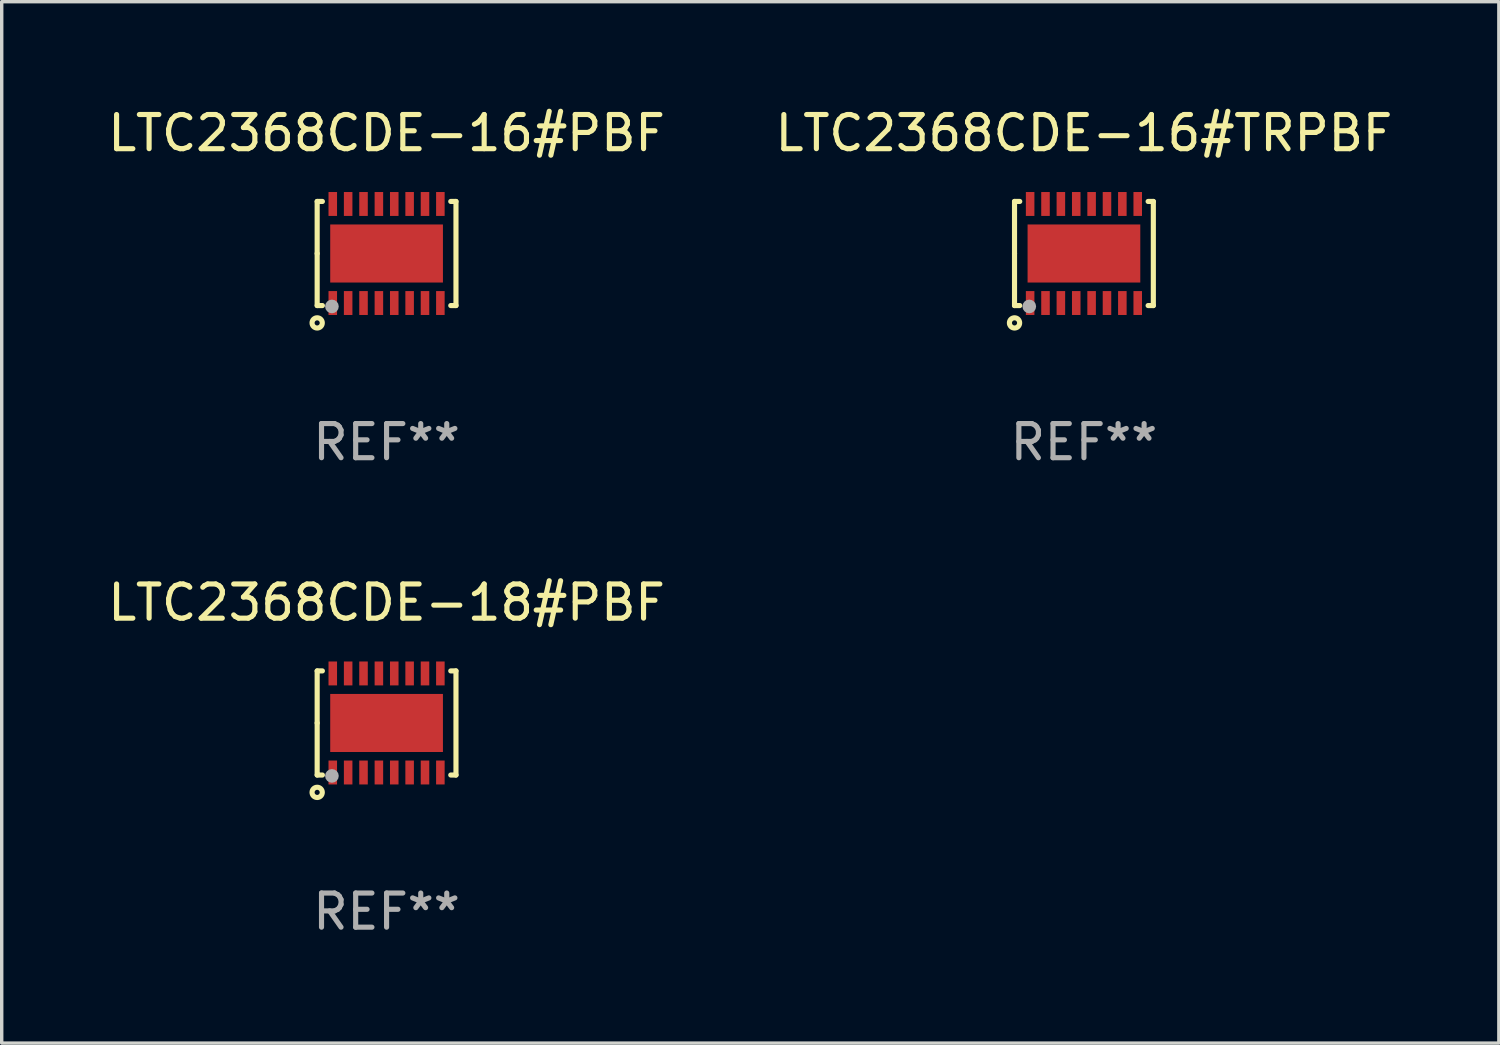
<source format=kicad_pcb>
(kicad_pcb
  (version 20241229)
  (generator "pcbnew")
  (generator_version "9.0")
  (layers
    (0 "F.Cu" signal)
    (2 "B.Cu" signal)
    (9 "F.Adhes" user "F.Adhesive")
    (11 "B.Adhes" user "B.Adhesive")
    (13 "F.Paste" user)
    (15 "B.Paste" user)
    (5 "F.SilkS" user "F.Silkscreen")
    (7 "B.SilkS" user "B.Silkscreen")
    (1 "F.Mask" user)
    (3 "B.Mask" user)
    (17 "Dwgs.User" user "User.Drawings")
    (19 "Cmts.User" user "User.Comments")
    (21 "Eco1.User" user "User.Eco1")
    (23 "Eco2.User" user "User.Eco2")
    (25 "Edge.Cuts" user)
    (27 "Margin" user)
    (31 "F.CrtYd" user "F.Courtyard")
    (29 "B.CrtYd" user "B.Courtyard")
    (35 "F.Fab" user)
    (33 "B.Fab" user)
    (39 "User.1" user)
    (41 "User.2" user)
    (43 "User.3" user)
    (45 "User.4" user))
  (footprint "LTC2368CDE-18#PBF"
    (layer "F.Cu")
    (at 8.268 18.117)
    (property "Reference" "LTC2368CDE-18#PBF" (at 0 -3.524 0) (layer "F.SilkS") (effects (font (size 1 1) (thickness 0.15))))
    (attr through_hole)
    (fp_line (start -2.032 -1.524) (end -1.879 -1.524) (stroke (width 0.15) (type solid)) (layer "F.SilkS"))
    (fp_line (start -2.032 0) (end -2.032 -1.524) (stroke (width 0.15) (type solid)) (layer "F.SilkS"))
    (fp_line (start -2.032 1.524) (end -2.032 0) (stroke (width 0.15) (type solid)) (layer "F.SilkS"))
    (fp_line (start -1.879 1.524) (end -2.032 1.524) (stroke (width 0.15) (type solid)) (layer "F.SilkS"))
    (fp_line (start 1.879 -1.524) (end 2.032 -1.524) (stroke (width 0.15) (type solid)) (layer "F.SilkS"))
    (fp_line (start 2.032 -1.524) (end 2.032 1.524) (stroke (width 0.15) (type solid)) (layer "F.SilkS"))
    (fp_line (start 2.032 1.524) (end 1.879 1.524) (stroke (width 0.15) (type solid)) (layer "F.SilkS"))
    (fp_circle (center -2.032 2.032) (end -1.882 2.032) (stroke (width 0.15) (type solid)) (fill no) (layer "F.SilkS"))
    (fp_circle (center -2 1.5) (end -1.97 1.5) (stroke (width 0.06) (type solid)) (fill no) (layer "F.SilkS"))
    (fp_circle (center -1.6 1.55) (end -1.5 1.55) (stroke (width 0.2) (type solid)) (fill no) (layer "F.Fab"))
    (fp_text user "REF**" (at 0 5.524 0) (layer "F.Fab") (effects (font (size 1 1) (thickness 0.15))))
    (pad "1" smd rect (at -1.575 1.45 90) (size 0.7 0.25) (layers "F.Cu" "F.Mask" "F.Paste"))
    (pad "2" smd rect (at -1.125 1.45 90) (size 0.7 0.25) (layers "F.Cu" "F.Mask" "F.Paste"))
    (pad "3" smd rect (at -0.675 1.45 90) (size 0.7 0.25) (layers "F.Cu" "F.Mask" "F.Paste"))
    (pad "4" smd rect (at -0.225 1.45 90) (size 0.7 0.25) (layers "F.Cu" "F.Mask" "F.Paste"))
    (pad "5" smd rect (at 0.225 1.45 90) (size 0.7 0.25) (layers "F.Cu" "F.Mask" "F.Paste"))
    (pad "6" smd rect (at 0.675 1.45 90) (size 0.7 0.25) (layers "F.Cu" "F.Mask" "F.Paste"))
    (pad "7" smd rect (at 1.125 1.45 90) (size 0.7 0.25) (layers "F.Cu" "F.Mask" "F.Paste"))
    (pad "8" smd rect (at 1.575 1.45 90) (size 0.7 0.25) (layers "F.Cu" "F.Mask" "F.Paste"))
    (pad "9" smd rect (at 1.575 -1.45 90) (size 0.7 0.25) (layers "F.Cu" "F.Mask" "F.Paste"))
    (pad "10" smd rect (at 1.125 -1.45 90) (size 0.7 0.25) (layers "F.Cu" "F.Mask" "F.Paste"))
    (pad "11" smd rect (at 0.675 -1.45 90) (size 0.7 0.25) (layers "F.Cu" "F.Mask" "F.Paste"))
    (pad "12" smd rect (at 0.225 -1.45 90) (size 0.7 0.25) (layers "F.Cu" "F.Mask" "F.Paste"))
    (pad "13" smd rect (at -0.225 -1.45 90) (size 0.7 0.25) (layers "F.Cu" "F.Mask" "F.Paste"))
    (pad "14" smd rect (at -0.675 -1.45 90) (size 0.7 0.25) (layers "F.Cu" "F.Mask" "F.Paste"))
    (pad "15" smd rect (at -1.125 -1.45 90) (size 0.7 0.25) (layers "F.Cu" "F.Mask" "F.Paste"))
    (pad "16" smd rect (at -1.575 -1.45 90) (size 0.7 0.25) (layers "F.Cu" "F.Mask" "F.Paste"))
    (pad "17" smd rect (at 0.000127 0 90) (size 1.7 3.3) (layers "F.Cu" "F.Mask" "F.Paste")))
  (footprint "LTC2368CDE-16#PBF"
    (layer "F.Cu")
    (at 8.268 4.372)
    (property "Reference" "LTC2368CDE-16#PBF" (at 0 -3.524 0) (layer "F.SilkS") (effects (font (size 1 1) (thickness 0.15))))
    (attr through_hole)
    (fp_line (start -2.032 -1.524) (end -1.879 -1.524) (stroke (width 0.15) (type solid)) (layer "F.SilkS"))
    (fp_line (start -2.032 0) (end -2.032 -1.524) (stroke (width 0.15) (type solid)) (layer "F.SilkS"))
    (fp_line (start -2.032 1.524) (end -2.032 0) (stroke (width 0.15) (type solid)) (layer "F.SilkS"))
    (fp_line (start -1.879 1.524) (end -2.032 1.524) (stroke (width 0.15) (type solid)) (layer "F.SilkS"))
    (fp_line (start 1.879 -1.524) (end 2.032 -1.524) (stroke (width 0.15) (type solid)) (layer "F.SilkS"))
    (fp_line (start 2.032 -1.524) (end 2.032 1.524) (stroke (width 0.15) (type solid)) (layer "F.SilkS"))
    (fp_line (start 2.032 1.524) (end 1.879 1.524) (stroke (width 0.15) (type solid)) (layer "F.SilkS"))
    (fp_circle (center -2.032 2.032) (end -1.882 2.032) (stroke (width 0.15) (type solid)) (fill no) (layer "F.SilkS"))
    (fp_circle (center -2 1.5) (end -1.97 1.5) (stroke (width 0.06) (type solid)) (fill no) (layer "F.SilkS"))
    (fp_circle (center -1.6 1.55) (end -1.5 1.55) (stroke (width 0.2) (type solid)) (fill no) (layer "F.Fab"))
    (fp_text user "REF**" (at 0 5.524 0) (layer "F.Fab") (effects (font (size 1 1) (thickness 0.15))))
    (pad "1" smd rect (at -1.575 1.45 90) (size 0.7 0.25) (layers "F.Cu" "F.Mask" "F.Paste"))
    (pad "2" smd rect (at -1.125 1.45 90) (size 0.7 0.25) (layers "F.Cu" "F.Mask" "F.Paste"))
    (pad "3" smd rect (at -0.675 1.45 90) (size 0.7 0.25) (layers "F.Cu" "F.Mask" "F.Paste"))
    (pad "4" smd rect (at -0.225 1.45 90) (size 0.7 0.25) (layers "F.Cu" "F.Mask" "F.Paste"))
    (pad "5" smd rect (at 0.225 1.45 90) (size 0.7 0.25) (layers "F.Cu" "F.Mask" "F.Paste"))
    (pad "6" smd rect (at 0.675 1.45 90) (size 0.7 0.25) (layers "F.Cu" "F.Mask" "F.Paste"))
    (pad "7" smd rect (at 1.125 1.45 90) (size 0.7 0.25) (layers "F.Cu" "F.Mask" "F.Paste"))
    (pad "8" smd rect (at 1.575 1.45 90) (size 0.7 0.25) (layers "F.Cu" "F.Mask" "F.Paste"))
    (pad "9" smd rect (at 1.575 -1.45 90) (size 0.7 0.25) (layers "F.Cu" "F.Mask" "F.Paste"))
    (pad "10" smd rect (at 1.125 -1.45 90) (size 0.7 0.25) (layers "F.Cu" "F.Mask" "F.Paste"))
    (pad "11" smd rect (at 0.675 -1.45 90) (size 0.7 0.25) (layers "F.Cu" "F.Mask" "F.Paste"))
    (pad "12" smd rect (at 0.225 -1.45 90) (size 0.7 0.25) (layers "F.Cu" "F.Mask" "F.Paste"))
    (pad "13" smd rect (at -0.225 -1.45 90) (size 0.7 0.25) (layers "F.Cu" "F.Mask" "F.Paste"))
    (pad "14" smd rect (at -0.675 -1.45 90) (size 0.7 0.25) (layers "F.Cu" "F.Mask" "F.Paste"))
    (pad "15" smd rect (at -1.125 -1.45 90) (size 0.7 0.25) (layers "F.Cu" "F.Mask" "F.Paste"))
    (pad "16" smd rect (at -1.575 -1.45 90) (size 0.7 0.25) (layers "F.Cu" "F.Mask" "F.Paste"))
    (pad "17" smd rect (at 0.000127 0 90) (size 1.7 3.3) (layers "F.Cu" "F.Mask" "F.Paste")))
  (footprint "LTC2368CDE-16#TRPBF"
    (layer "F.Cu")
    (at 28.685 4.372)
    (property "Reference" "LTC2368CDE-16#TRPBF" (at 0 -3.524 0) (layer "F.SilkS") (effects (font (size 1 1) (thickness 0.15))))
    (attr through_hole)
    (fp_line (start -2.032 -1.524) (end -1.879 -1.524) (stroke (width 0.15) (type solid)) (layer "F.SilkS"))
    (fp_line (start -2.032 0) (end -2.032 -1.524) (stroke (width 0.15) (type solid)) (layer "F.SilkS"))
    (fp_line (start -2.032 1.524) (end -2.032 0) (stroke (width 0.15) (type solid)) (layer "F.SilkS"))
    (fp_line (start -1.879 1.524) (end -2.032 1.524) (stroke (width 0.15) (type solid)) (layer "F.SilkS"))
    (fp_line (start 1.879 -1.524) (end 2.032 -1.524) (stroke (width 0.15) (type solid)) (layer "F.SilkS"))
    (fp_line (start 2.032 -1.524) (end 2.032 1.524) (stroke (width 0.15) (type solid)) (layer "F.SilkS"))
    (fp_line (start 2.032 1.524) (end 1.879 1.524) (stroke (width 0.15) (type solid)) (layer "F.SilkS"))
    (fp_circle (center -2.032 2.032) (end -1.882 2.032) (stroke (width 0.15) (type solid)) (fill no) (layer "F.SilkS"))
    (fp_circle (center -2 1.5) (end -1.97 1.5) (stroke (width 0.06) (type solid)) (fill no) (layer "F.SilkS"))
    (fp_circle (center -1.6 1.55) (end -1.5 1.55) (stroke (width 0.2) (type solid)) (fill no) (layer "F.Fab"))
    (fp_text user "REF**" (at 0 5.524 0) (layer "F.Fab") (effects (font (size 1 1) (thickness 0.15))))
    (pad "1" smd rect (at -1.575 1.45 90) (size 0.7 0.25) (layers "F.Cu" "F.Mask" "F.Paste"))
    (pad "2" smd rect (at -1.125 1.45 90) (size 0.7 0.25) (layers "F.Cu" "F.Mask" "F.Paste"))
    (pad "3" smd rect (at -0.675 1.45 90) (size 0.7 0.25) (layers "F.Cu" "F.Mask" "F.Paste"))
    (pad "4" smd rect (at -0.225 1.45 90) (size 0.7 0.25) (layers "F.Cu" "F.Mask" "F.Paste"))
    (pad "5" smd rect (at 0.225 1.45 90) (size 0.7 0.25) (layers "F.Cu" "F.Mask" "F.Paste"))
    (pad "6" smd rect (at 0.675 1.45 90) (size 0.7 0.25) (layers "F.Cu" "F.Mask" "F.Paste"))
    (pad "7" smd rect (at 1.125 1.45 90) (size 0.7 0.25) (layers "F.Cu" "F.Mask" "F.Paste"))
    (pad "8" smd rect (at 1.575 1.45 90) (size 0.7 0.25) (layers "F.Cu" "F.Mask" "F.Paste"))
    (pad "9" smd rect (at 1.575 -1.45 90) (size 0.7 0.25) (layers "F.Cu" "F.Mask" "F.Paste"))
    (pad "10" smd rect (at 1.125 -1.45 90) (size 0.7 0.25) (layers "F.Cu" "F.Mask" "F.Paste"))
    (pad "11" smd rect (at 0.675 -1.45 90) (size 0.7 0.25) (layers "F.Cu" "F.Mask" "F.Paste"))
    (pad "12" smd rect (at 0.225 -1.45 90) (size 0.7 0.25) (layers "F.Cu" "F.Mask" "F.Paste"))
    (pad "13" smd rect (at -0.225 -1.45 90) (size 0.7 0.25) (layers "F.Cu" "F.Mask" "F.Paste"))
    (pad "14" smd rect (at -0.675 -1.45 90) (size 0.7 0.25) (layers "F.Cu" "F.Mask" "F.Paste"))
    (pad "15" smd rect (at -1.125 -1.45 90) (size 0.7 0.25) (layers "F.Cu" "F.Mask" "F.Paste"))
    (pad "16" smd rect (at -1.575 -1.45 90) (size 0.7 0.25) (layers "F.Cu" "F.Mask" "F.Paste"))
    (pad "17" smd rect (at 0.000127 0 90) (size 1.7 3.3) (layers "F.Cu" "F.Mask" "F.Paste")))
  (gr_rect
    (start -3 -3)
    (end 40.833 27.489)
    (stroke (width 0.1) (type default))
    (fill no)
    (layer "Edge.Cuts")))
</source>
